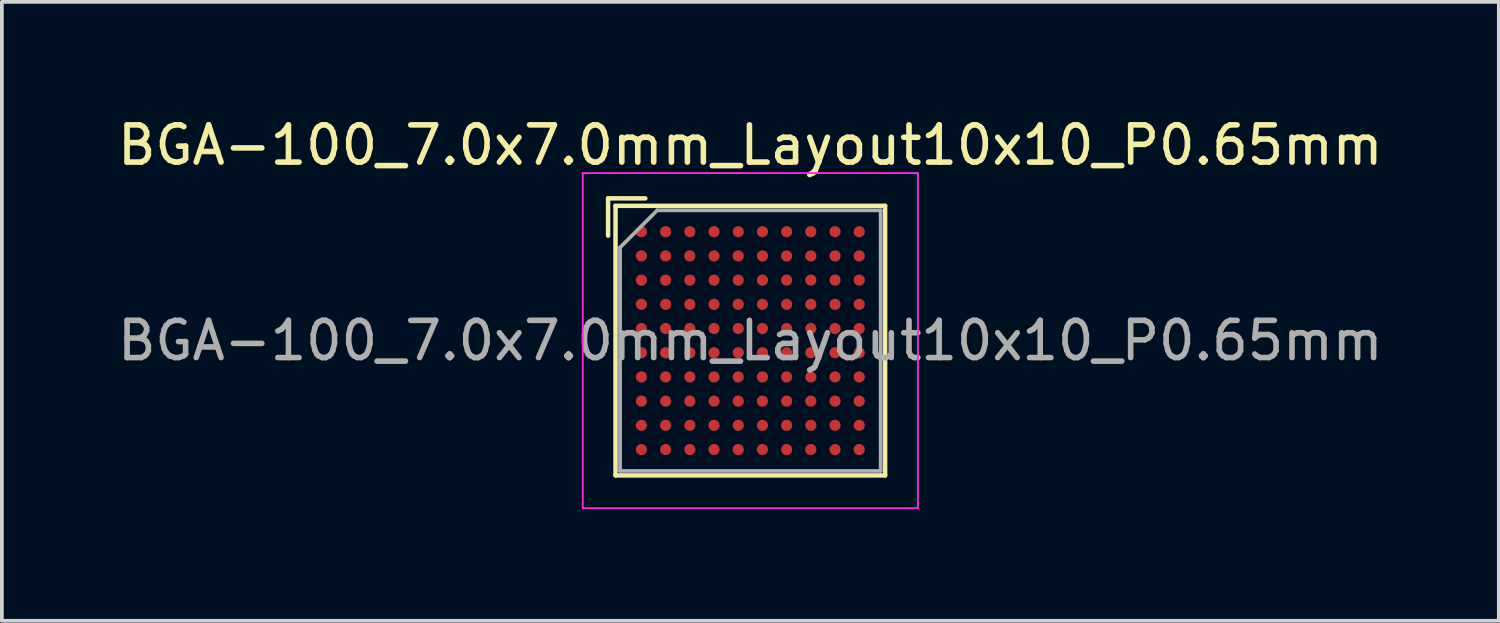
<source format=kicad_pcb>
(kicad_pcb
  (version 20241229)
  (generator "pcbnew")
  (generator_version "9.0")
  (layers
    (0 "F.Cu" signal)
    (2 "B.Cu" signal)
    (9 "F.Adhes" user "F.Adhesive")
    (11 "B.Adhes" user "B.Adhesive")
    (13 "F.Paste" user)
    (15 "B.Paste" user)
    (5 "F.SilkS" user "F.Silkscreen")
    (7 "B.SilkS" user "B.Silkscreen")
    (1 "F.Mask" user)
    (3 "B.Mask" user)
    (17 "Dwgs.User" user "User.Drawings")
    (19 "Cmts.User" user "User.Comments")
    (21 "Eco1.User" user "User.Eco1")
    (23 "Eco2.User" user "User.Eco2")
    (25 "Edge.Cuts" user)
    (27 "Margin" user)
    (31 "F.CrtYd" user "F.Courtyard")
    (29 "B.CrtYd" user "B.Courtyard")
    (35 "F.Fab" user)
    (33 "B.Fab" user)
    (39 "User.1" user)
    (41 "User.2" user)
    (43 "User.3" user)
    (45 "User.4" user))
  (footprint "BGA-100_7.0x7.0mm_Layout10x10_P0.65mm"
    (layer "F.Cu")
    (at 17.101 6.098)
    (property "Reference" "BGA-100_7.0x7.0mm_Layout10x10_P0.65mm" (at 0 -5.25 0) (layer "F.SilkS") (effects (font (size 1 1) (thickness 0.15))))
    (attr smd)
    (fp_line (start -3.82 -3.82) (end -2.82 -3.82) (stroke (width 0.12) (type solid)) (layer "F.SilkS"))
    (fp_line (start -3.82 -2.82) (end -3.82 -3.82) (stroke (width 0.12) (type solid)) (layer "F.SilkS"))
    (fp_line (start -3.62 -3.62) (end -3.62 3.62) (stroke (width 0.12) (type solid)) (layer "F.SilkS"))
    (fp_line (start -3.62 3.62) (end 3.62 3.62) (stroke (width 0.12) (type solid)) (layer "F.SilkS"))
    (fp_line (start 3.62 -3.62) (end -3.62 -3.62) (stroke (width 0.12) (type solid)) (layer "F.SilkS"))
    (fp_line (start 3.62 3.62) (end 3.62 -3.62) (stroke (width 0.12) (type solid)) (layer "F.SilkS"))
    (fp_line (start -4.5 -4.5) (end -4.5 4.5) (stroke (width 0.05) (type solid)) (layer "F.CrtYd"))
    (fp_line (start -4.5 -4.5) (end 4.5 -4.5) (stroke (width 0.05) (type solid)) (layer "F.CrtYd"))
    (fp_line (start 4.5 4.5) (end -4.5 4.5) (stroke (width 0.05) (type solid)) (layer "F.CrtYd"))
    (fp_line (start 4.5 4.5) (end 4.5 -4.5) (stroke (width 0.05) (type solid)) (layer "F.CrtYd"))
    (fp_line (start -3.5 -2.5) (end -3.5 3.5) (stroke (width 0.1) (type solid)) (layer "F.Fab"))
    (fp_line (start -3.5 3.5) (end 3.5 3.5) (stroke (width 0.1) (type solid)) (layer "F.Fab"))
    (fp_line (start -2.5 -3.5) (end -3.5 -2.5) (stroke (width 0.1) (type solid)) (layer "F.Fab"))
    (fp_line (start 3.5 -3.5) (end -2.5 -3.5) (stroke (width 0.1) (type solid)) (layer "F.Fab"))
    (fp_line (start 3.5 3.5) (end 3.5 -3.5) (stroke (width 0.1) (type solid)) (layer "F.Fab"))
    (fp_text user "${REFERENCE}" (at 0 0 0) (layer "F.Fab") (effects (font (size 1 1) (thickness 0.15))))
    (pad "A1" smd circle (at -2.925 -2.925) (size 0.3 0.3) (layers "F.Cu" "F.Mask" "F.Paste"))
    (pad "A2" smd circle (at -2.275 -2.925) (size 0.3 0.3) (layers "F.Cu" "F.Mask" "F.Paste"))
    (pad "A3" smd circle (at -1.625 -2.925) (size 0.3 0.3) (layers "F.Cu" "F.Mask" "F.Paste"))
    (pad "A4" smd circle (at -0.975 -2.925) (size 0.3 0.3) (layers "F.Cu" "F.Mask" "F.Paste"))
    (pad "A5" smd circle (at -0.325 -2.925) (size 0.3 0.3) (layers "F.Cu" "F.Mask" "F.Paste"))
    (pad "A6" smd circle (at 0.325 -2.925) (size 0.3 0.3) (layers "F.Cu" "F.Mask" "F.Paste"))
    (pad "A7" smd circle (at 0.975 -2.925) (size 0.3 0.3) (layers "F.Cu" "F.Mask" "F.Paste"))
    (pad "A8" smd circle (at 1.625 -2.925) (size 0.3 0.3) (layers "F.Cu" "F.Mask" "F.Paste"))
    (pad "A9" smd circle (at 2.275 -2.925) (size 0.3 0.3) (layers "F.Cu" "F.Mask" "F.Paste"))
    (pad "A10" smd circle (at 2.925 -2.925) (size 0.3 0.3) (layers "F.Cu" "F.Mask" "F.Paste"))
    (pad "B1" smd circle (at -2.925 -2.275) (size 0.3 0.3) (layers "F.Cu" "F.Mask" "F.Paste"))
    (pad "B2" smd circle (at -2.275 -2.275) (size 0.3 0.3) (layers "F.Cu" "F.Mask" "F.Paste"))
    (pad "B3" smd circle (at -1.625 -2.275) (size 0.3 0.3) (layers "F.Cu" "F.Mask" "F.Paste"))
    (pad "B4" smd circle (at -0.975 -2.275) (size 0.3 0.3) (layers "F.Cu" "F.Mask" "F.Paste"))
    (pad "B5" smd circle (at -0.325 -2.275) (size 0.3 0.3) (layers "F.Cu" "F.Mask" "F.Paste"))
    (pad "B6" smd circle (at 0.325 -2.275) (size 0.3 0.3) (layers "F.Cu" "F.Mask" "F.Paste"))
    (pad "B7" smd circle (at 0.975 -2.275) (size 0.3 0.3) (layers "F.Cu" "F.Mask" "F.Paste"))
    (pad "B8" smd circle (at 1.625 -2.275) (size 0.3 0.3) (layers "F.Cu" "F.Mask" "F.Paste"))
    (pad "B9" smd circle (at 2.275 -2.275) (size 0.3 0.3) (layers "F.Cu" "F.Mask" "F.Paste"))
    (pad "B10" smd circle (at 2.925 -2.275) (size 0.3 0.3) (layers "F.Cu" "F.Mask" "F.Paste"))
    (pad "C1" smd circle (at -2.925 -1.625) (size 0.3 0.3) (layers "F.Cu" "F.Mask" "F.Paste"))
    (pad "C2" smd circle (at -2.275 -1.625) (size 0.3 0.3) (layers "F.Cu" "F.Mask" "F.Paste"))
    (pad "C3" smd circle (at -1.625 -1.625) (size 0.3 0.3) (layers "F.Cu" "F.Mask" "F.Paste"))
    (pad "C4" smd circle (at -0.975 -1.625) (size 0.3 0.3) (layers "F.Cu" "F.Mask" "F.Paste"))
    (pad "C5" smd circle (at -0.325 -1.625) (size 0.3 0.3) (layers "F.Cu" "F.Mask" "F.Paste"))
    (pad "C6" smd circle (at 0.325 -1.625) (size 0.3 0.3) (layers "F.Cu" "F.Mask" "F.Paste"))
    (pad "C7" smd circle (at 0.975 -1.625) (size 0.3 0.3) (layers "F.Cu" "F.Mask" "F.Paste"))
    (pad "C8" smd circle (at 1.625 -1.625) (size 0.3 0.3) (layers "F.Cu" "F.Mask" "F.Paste"))
    (pad "C9" smd circle (at 2.275 -1.625) (size 0.3 0.3) (layers "F.Cu" "F.Mask" "F.Paste"))
    (pad "C10" smd circle (at 2.925 -1.625) (size 0.3 0.3) (layers "F.Cu" "F.Mask" "F.Paste"))
    (pad "D1" smd circle (at -2.925 -0.975) (size 0.3 0.3) (layers "F.Cu" "F.Mask" "F.Paste"))
    (pad "D2" smd circle (at -2.275 -0.975) (size 0.3 0.3) (layers "F.Cu" "F.Mask" "F.Paste"))
    (pad "D3" smd circle (at -1.625 -0.975) (size 0.3 0.3) (layers "F.Cu" "F.Mask" "F.Paste"))
    (pad "D4" smd circle (at -0.975 -0.975) (size 0.3 0.3) (layers "F.Cu" "F.Mask" "F.Paste"))
    (pad "D5" smd circle (at -0.325 -0.975) (size 0.3 0.3) (layers "F.Cu" "F.Mask" "F.Paste"))
    (pad "D6" smd circle (at 0.325 -0.975) (size 0.3 0.3) (layers "F.Cu" "F.Mask" "F.Paste"))
    (pad "D7" smd circle (at 0.975 -0.975) (size 0.3 0.3) (layers "F.Cu" "F.Mask" "F.Paste"))
    (pad "D8" smd circle (at 1.625 -0.975) (size 0.3 0.3) (layers "F.Cu" "F.Mask" "F.Paste"))
    (pad "D9" smd circle (at 2.275 -0.975) (size 0.3 0.3) (layers "F.Cu" "F.Mask" "F.Paste"))
    (pad "D10" smd circle (at 2.925 -0.975) (size 0.3 0.3) (layers "F.Cu" "F.Mask" "F.Paste"))
    (pad "E1" smd circle (at -2.925 -0.325) (size 0.3 0.3) (layers "F.Cu" "F.Mask" "F.Paste"))
    (pad "E2" smd circle (at -2.275 -0.325) (size 0.3 0.3) (layers "F.Cu" "F.Mask" "F.Paste"))
    (pad "E3" smd circle (at -1.625 -0.325) (size 0.3 0.3) (layers "F.Cu" "F.Mask" "F.Paste"))
    (pad "E4" smd circle (at -0.975 -0.325) (size 0.3 0.3) (layers "F.Cu" "F.Mask" "F.Paste"))
    (pad "E5" smd circle (at -0.325 -0.325) (size 0.3 0.3) (layers "F.Cu" "F.Mask" "F.Paste"))
    (pad "E6" smd circle (at 0.325 -0.325) (size 0.3 0.3) (layers "F.Cu" "F.Mask" "F.Paste"))
    (pad "E7" smd circle (at 0.975 -0.325) (size 0.3 0.3) (layers "F.Cu" "F.Mask" "F.Paste"))
    (pad "E8" smd circle (at 1.625 -0.325) (size 0.3 0.3) (layers "F.Cu" "F.Mask" "F.Paste"))
    (pad "E9" smd circle (at 2.275 -0.325) (size 0.3 0.3) (layers "F.Cu" "F.Mask" "F.Paste"))
    (pad "E10" smd circle (at 2.925 -0.325) (size 0.3 0.3) (layers "F.Cu" "F.Mask" "F.Paste"))
    (pad "F1" smd circle (at -2.925 0.325) (size 0.3 0.3) (layers "F.Cu" "F.Mask" "F.Paste"))
    (pad "F2" smd circle (at -2.275 0.325) (size 0.3 0.3) (layers "F.Cu" "F.Mask" "F.Paste"))
    (pad "F3" smd circle (at -1.625 0.325) (size 0.3 0.3) (layers "F.Cu" "F.Mask" "F.Paste"))
    (pad "F4" smd circle (at -0.975 0.325) (size 0.3 0.3) (layers "F.Cu" "F.Mask" "F.Paste"))
    (pad "F5" smd circle (at -0.325 0.325) (size 0.3 0.3) (layers "F.Cu" "F.Mask" "F.Paste"))
    (pad "F6" smd circle (at 0.325 0.325) (size 0.3 0.3) (layers "F.Cu" "F.Mask" "F.Paste"))
    (pad "F7" smd circle (at 0.975 0.325) (size 0.3 0.3) (layers "F.Cu" "F.Mask" "F.Paste"))
    (pad "F8" smd circle (at 1.625 0.325) (size 0.3 0.3) (layers "F.Cu" "F.Mask" "F.Paste"))
    (pad "F9" smd circle (at 2.275 0.325) (size 0.3 0.3) (layers "F.Cu" "F.Mask" "F.Paste"))
    (pad "F10" smd circle (at 2.925 0.325) (size 0.3 0.3) (layers "F.Cu" "F.Mask" "F.Paste"))
    (pad "G1" smd circle (at -2.925 0.975) (size 0.3 0.3) (layers "F.Cu" "F.Mask" "F.Paste"))
    (pad "G2" smd circle (at -2.275 0.975) (size 0.3 0.3) (layers "F.Cu" "F.Mask" "F.Paste"))
    (pad "G3" smd circle (at -1.625 0.975) (size 0.3 0.3) (layers "F.Cu" "F.Mask" "F.Paste"))
    (pad "G4" smd circle (at -0.975 0.975) (size 0.3 0.3) (layers "F.Cu" "F.Mask" "F.Paste"))
    (pad "G5" smd circle (at -0.325 0.975) (size 0.3 0.3) (layers "F.Cu" "F.Mask" "F.Paste"))
    (pad "G6" smd circle (at 0.325 0.975) (size 0.3 0.3) (layers "F.Cu" "F.Mask" "F.Paste"))
    (pad "G7" smd circle (at 0.975 0.975) (size 0.3 0.3) (layers "F.Cu" "F.Mask" "F.Paste"))
    (pad "G8" smd circle (at 1.625 0.975) (size 0.3 0.3) (layers "F.Cu" "F.Mask" "F.Paste"))
    (pad "G9" smd circle (at 2.275 0.975) (size 0.3 0.3) (layers "F.Cu" "F.Mask" "F.Paste"))
    (pad "G10" smd circle (at 2.925 0.975) (size 0.3 0.3) (layers "F.Cu" "F.Mask" "F.Paste"))
    (pad "H1" smd circle (at -2.925 1.625) (size 0.3 0.3) (layers "F.Cu" "F.Mask" "F.Paste"))
    (pad "H2" smd circle (at -2.275 1.625) (size 0.3 0.3) (layers "F.Cu" "F.Mask" "F.Paste"))
    (pad "H3" smd circle (at -1.625 1.625) (size 0.3 0.3) (layers "F.Cu" "F.Mask" "F.Paste"))
    (pad "H4" smd circle (at -0.975 1.625) (size 0.3 0.3) (layers "F.Cu" "F.Mask" "F.Paste"))
    (pad "H5" smd circle (at -0.325 1.625) (size 0.3 0.3) (layers "F.Cu" "F.Mask" "F.Paste"))
    (pad "H6" smd circle (at 0.325 1.625) (size 0.3 0.3) (layers "F.Cu" "F.Mask" "F.Paste"))
    (pad "H7" smd circle (at 0.975 1.625) (size 0.3 0.3) (layers "F.Cu" "F.Mask" "F.Paste"))
    (pad "H8" smd circle (at 1.625 1.625) (size 0.3 0.3) (layers "F.Cu" "F.Mask" "F.Paste"))
    (pad "H9" smd circle (at 2.275 1.625) (size 0.3 0.3) (layers "F.Cu" "F.Mask" "F.Paste"))
    (pad "H10" smd circle (at 2.925 1.625) (size 0.3 0.3) (layers "F.Cu" "F.Mask" "F.Paste"))
    (pad "J1" smd circle (at -2.925 2.275) (size 0.3 0.3) (layers "F.Cu" "F.Mask" "F.Paste"))
    (pad "J2" smd circle (at -2.275 2.275) (size 0.3 0.3) (layers "F.Cu" "F.Mask" "F.Paste"))
    (pad "J3" smd circle (at -1.625 2.275) (size 0.3 0.3) (layers "F.Cu" "F.Mask" "F.Paste"))
    (pad "J4" smd circle (at -0.975 2.275) (size 0.3 0.3) (layers "F.Cu" "F.Mask" "F.Paste"))
    (pad "J5" smd circle (at -0.325 2.275) (size 0.3 0.3) (layers "F.Cu" "F.Mask" "F.Paste"))
    (pad "J6" smd circle (at 0.325 2.275) (size 0.3 0.3) (layers "F.Cu" "F.Mask" "F.Paste"))
    (pad "J7" smd circle (at 0.975 2.275) (size 0.3 0.3) (layers "F.Cu" "F.Mask" "F.Paste"))
    (pad "J8" smd circle (at 1.625 2.275) (size 0.3 0.3) (layers "F.Cu" "F.Mask" "F.Paste"))
    (pad "J9" smd circle (at 2.275 2.275) (size 0.3 0.3) (layers "F.Cu" "F.Mask" "F.Paste"))
    (pad "J10" smd circle (at 2.925 2.275) (size 0.3 0.3) (layers "F.Cu" "F.Mask" "F.Paste"))
    (pad "K1" smd circle (at -2.925 2.925) (size 0.3 0.3) (layers "F.Cu" "F.Mask" "F.Paste"))
    (pad "K2" smd circle (at -2.275 2.925) (size 0.3 0.3) (layers "F.Cu" "F.Mask" "F.Paste"))
    (pad "K3" smd circle (at -1.625 2.925) (size 0.3 0.3) (layers "F.Cu" "F.Mask" "F.Paste"))
    (pad "K4" smd circle (at -0.975 2.925) (size 0.3 0.3) (layers "F.Cu" "F.Mask" "F.Paste"))
    (pad "K5" smd circle (at -0.325 2.925) (size 0.3 0.3) (layers "F.Cu" "F.Mask" "F.Paste"))
    (pad "K6" smd circle (at 0.325 2.925) (size 0.3 0.3) (layers "F.Cu" "F.Mask" "F.Paste"))
    (pad "K7" smd circle (at 0.975 2.925) (size 0.3 0.3) (layers "F.Cu" "F.Mask" "F.Paste"))
    (pad "K8" smd circle (at 1.625 2.925) (size 0.3 0.3) (layers "F.Cu" "F.Mask" "F.Paste"))
    (pad "K9" smd circle (at 2.275 2.925) (size 0.3 0.3) (layers "F.Cu" "F.Mask" "F.Paste"))
    (pad "K10" smd circle (at 2.925 2.925) (size 0.3 0.3) (layers "F.Cu" "F.Mask" "F.Paste")))
  (gr_rect
    (start -3 -3)
    (end 37.202 13.623)
    (stroke (width 0.1) (type default))
    (fill no)
    (layer "Edge.Cuts")))
</source>
